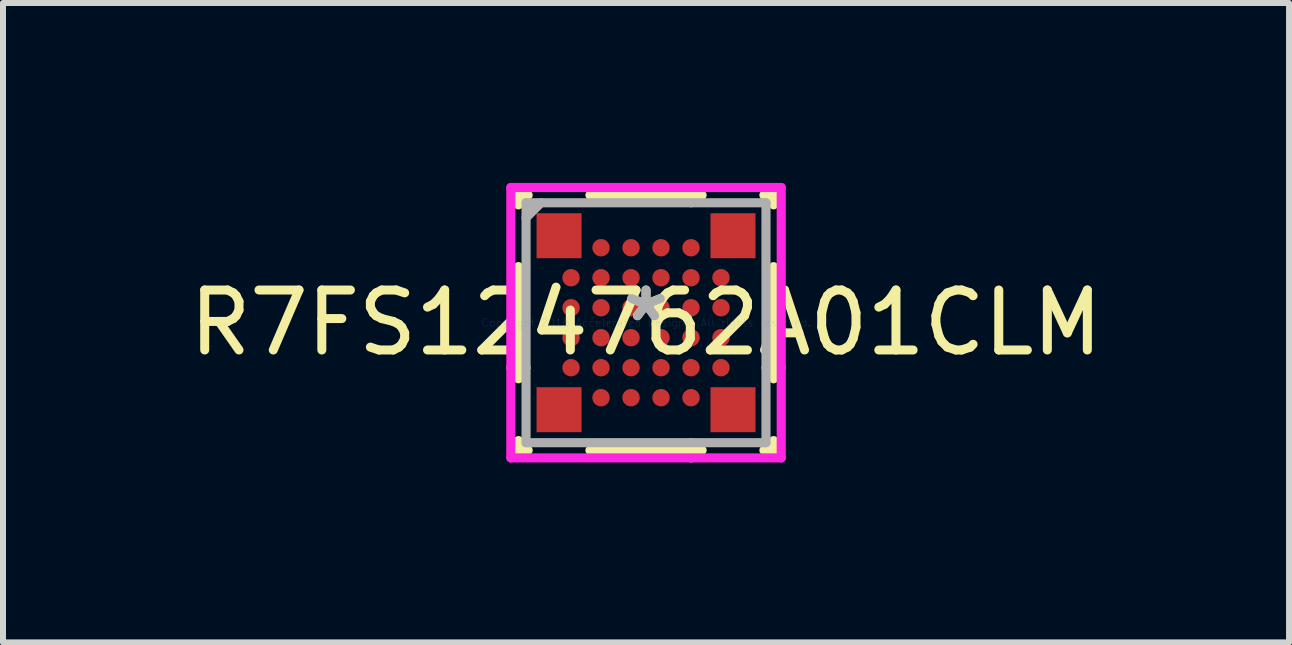
<source format=kicad_pcb>
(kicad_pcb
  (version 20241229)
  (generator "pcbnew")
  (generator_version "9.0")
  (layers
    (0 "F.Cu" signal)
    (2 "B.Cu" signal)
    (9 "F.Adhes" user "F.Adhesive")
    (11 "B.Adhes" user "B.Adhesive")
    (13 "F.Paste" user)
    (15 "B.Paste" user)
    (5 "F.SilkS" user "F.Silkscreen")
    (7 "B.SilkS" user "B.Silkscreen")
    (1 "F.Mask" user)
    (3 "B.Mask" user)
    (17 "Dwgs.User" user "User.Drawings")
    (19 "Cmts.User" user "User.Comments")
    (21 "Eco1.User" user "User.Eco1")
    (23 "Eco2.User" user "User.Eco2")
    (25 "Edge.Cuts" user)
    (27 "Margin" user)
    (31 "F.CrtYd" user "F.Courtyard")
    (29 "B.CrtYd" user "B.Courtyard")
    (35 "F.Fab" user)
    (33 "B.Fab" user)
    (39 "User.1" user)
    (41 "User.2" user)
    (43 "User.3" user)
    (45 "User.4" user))
  (footprint "R7FS124762A01CLM"
    (layer "F.Cu")
    (at 7.72 2.33)
    (property "Reference" "R7FS124762A01CLM" (at 0 0 0) (layer "F.SilkS") (effects (font (size 1 1) (thickness 0.15))))
    (attr through_hole)
    (fp_line (start -2.127 -2.127) (end -2.127 -1.965) (stroke (width 0.152) (type solid)) (layer "F.SilkS"))
    (fp_line (start -2.127 -0.935) (end -2.127 0.935) (stroke (width 0.152) (type solid)) (layer "F.SilkS"))
    (fp_line (start -2.127 1.965) (end -2.127 2.127) (stroke (width 0.152) (type solid)) (layer "F.SilkS"))
    (fp_line (start -2.127 2.127) (end -1.965 2.127) (stroke (width 0.152) (type solid)) (layer "F.SilkS"))
    (fp_line (start -2 0.75) (end -2.254 0.75) (stroke (width 0.152) (type solid)) (layer "F.SilkS"))
    (fp_line (start -1.965 -2.127) (end -2.127 -2.127) (stroke (width 0.152) (type solid)) (layer "F.SilkS"))
    (fp_line (start -0.935 2.127) (end 0.935 2.127) (stroke (width 0.152) (type solid)) (layer "F.SilkS"))
    (fp_line (start 0.75 -2) (end 0.75 -2.254) (stroke (width 0.152) (type solid)) (layer "F.SilkS"))
    (fp_line (start 0.75 2) (end 0.75 2.254) (stroke (width 0.152) (type solid)) (layer "F.SilkS"))
    (fp_line (start 0.935 -2.127) (end -0.935 -2.127) (stroke (width 0.152) (type solid)) (layer "F.SilkS"))
    (fp_line (start 1.965 2.127) (end 2.127 2.127) (stroke (width 0.152) (type solid)) (layer "F.SilkS"))
    (fp_line (start 2 0.75) (end 2.254 0.75) (stroke (width 0.152) (type solid)) (layer "F.SilkS"))
    (fp_line (start 2.127 -2.127) (end 1.965 -2.127) (stroke (width 0.152) (type solid)) (layer "F.SilkS"))
    (fp_line (start 2.127 -1.965) (end 2.127 -2.127) (stroke (width 0.152) (type solid)) (layer "F.SilkS"))
    (fp_line (start 2.127 0.935) (end 2.127 -0.935) (stroke (width 0.152) (type solid)) (layer "F.SilkS"))
    (fp_line (start 2.127 2.127) (end 2.127 1.965) (stroke (width 0.152) (type solid)) (layer "F.SilkS"))
    (fp_line (start -2.254 -2.254) (end 2.254 -2.254) (stroke (width 0.152) (type solid)) (layer "F.CrtYd"))
    (fp_line (start -2.254 2.254) (end -2.254 -2.254) (stroke (width 0.152) (type solid)) (layer "F.CrtYd"))
    (fp_line (start 2.254 -2.254) (end 2.254 2.254) (stroke (width 0.152) (type solid)) (layer "F.CrtYd"))
    (fp_line (start 2.254 2.254) (end -2.254 2.254) (stroke (width 0.152) (type solid)) (layer "F.CrtYd"))
    (fp_line (start -2 -2) (end -2 2) (stroke (width 0.152) (type solid)) (layer "F.Fab"))
    (fp_line (start -2 2) (end 2 2) (stroke (width 0.152) (type solid)) (layer "F.Fab"))
    (fp_line (start -1.75 -2) (end -2 -1.75) (stroke (width 0.152) (type solid)) (layer "F.Fab"))
    (fp_line (start 2 -2) (end -2 -2) (stroke (width 0.152) (type solid)) (layer "F.Fab"))
    (fp_line (start 2 2) (end 2 -2) (stroke (width 0.152) (type solid)) (layer "F.Fab"))
    (fp_text user "*" (at 0 0 0) (layer "F.SilkS") (effects (font (size 1 1) (thickness 0.15))))
    (fp_text user "Copyright 2016 Accelerated Designs. All rights reserved." (at 0 0 0) (layer "Cmts.User") (effects (font (size 0.127 0.127) (thickness 0.002))))
    (fp_text user "*" (at 0 0 0) (layer "F.Fab") (effects (font (size 1 1) (thickness 0.15))))
    (pad "A1" smd rect (at -1.45 -1.45) (size 0.75 0.75) (layers "F.Cu" "F.Mask" "F.Paste"))
    (pad "A1" smd circle (at -1.25 -1.25) (size 0.29 0.29) (layers "F.Cu" "F.Mask" "F.Paste"))
    (pad "A2" smd circle (at -0.75 -1.25) (size 0.29 0.29) (layers "F.Cu" "F.Mask" "F.Paste"))
    (pad "A2" smd rect (at 1.45 -1.45) (size 0.75 0.75) (layers "F.Cu" "F.Mask" "F.Paste"))
    (pad "A3" smd circle (at -0.25 -1.25) (size 0.29 0.29) (layers "F.Cu" "F.Mask" "F.Paste"))
    (pad "A4" smd circle (at 0.25 -1.25) (size 0.29 0.29) (layers "F.Cu" "F.Mask" "F.Paste"))
    (pad "A5" smd circle (at 0.75 -1.25) (size 0.29 0.29) (layers "F.Cu" "F.Mask" "F.Paste"))
    (pad "A6" smd circle (at 1.25 -1.25) (size 0.29 0.29) (layers "F.Cu" "F.Mask" "F.Paste"))
    (pad "B1" smd rect (at -1.45 1.45) (size 0.75 0.75) (layers "F.Cu" "F.Mask" "F.Paste"))
    (pad "B1" smd circle (at -1.25 -0.75) (size 0.29 0.29) (layers "F.Cu" "F.Mask" "F.Paste"))
    (pad "B2" smd circle (at -0.75 -0.75) (size 0.29 0.29) (layers "F.Cu" "F.Mask" "F.Paste"))
    (pad "B2" smd rect (at 1.45 1.45) (size 0.75 0.75) (layers "F.Cu" "F.Mask" "F.Paste"))
    (pad "B3" smd circle (at -0.25 -0.75) (size 0.29 0.29) (layers "F.Cu" "F.Mask" "F.Paste"))
    (pad "B4" smd circle (at 0.25 -0.75) (size 0.29 0.29) (layers "F.Cu" "F.Mask" "F.Paste"))
    (pad "B5" smd circle (at 0.75 -0.75) (size 0.29 0.29) (layers "F.Cu" "F.Mask" "F.Paste"))
    (pad "B6" smd circle (at 1.25 -0.75) (size 0.29 0.29) (layers "F.Cu" "F.Mask" "F.Paste"))
    (pad "C1" smd circle (at -1.25 -0.25) (size 0.29 0.29) (layers "F.Cu" "F.Mask" "F.Paste"))
    (pad "C2" smd circle (at -0.75 -0.25) (size 0.29 0.29) (layers "F.Cu" "F.Mask" "F.Paste"))
    (pad "C3" smd circle (at -0.25 -0.25) (size 0.29 0.29) (layers "F.Cu" "F.Mask" "F.Paste"))
    (pad "C4" smd circle (at 0.25 -0.25) (size 0.29 0.29) (layers "F.Cu" "F.Mask" "F.Paste"))
    (pad "C5" smd circle (at 0.75 -0.25) (size 0.29 0.29) (layers "F.Cu" "F.Mask" "F.Paste"))
    (pad "C6" smd circle (at 1.25 -0.25) (size 0.29 0.29) (layers "F.Cu" "F.Mask" "F.Paste"))
    (pad "D1" smd circle (at -1.25 0.25) (size 0.29 0.29) (layers "F.Cu" "F.Mask" "F.Paste"))
    (pad "D2" smd circle (at -0.75 0.25) (size 0.29 0.29) (layers "F.Cu" "F.Mask" "F.Paste"))
    (pad "D3" smd circle (at -0.25 0.25) (size 0.29 0.29) (layers "F.Cu" "F.Mask" "F.Paste"))
    (pad "D4" smd circle (at 0.25 0.25) (size 0.29 0.29) (layers "F.Cu" "F.Mask" "F.Paste"))
    (pad "D5" smd circle (at 0.75 0.25) (size 0.29 0.29) (layers "F.Cu" "F.Mask" "F.Paste"))
    (pad "D6" smd circle (at 1.25 0.25) (size 0.29 0.29) (layers "F.Cu" "F.Mask" "F.Paste"))
    (pad "E1" smd circle (at -1.25 0.75) (size 0.29 0.29) (layers "F.Cu" "F.Mask" "F.Paste"))
    (pad "E2" smd circle (at -0.75 0.75) (size 0.29 0.29) (layers "F.Cu" "F.Mask" "F.Paste"))
    (pad "E3" smd circle (at -0.25 0.75) (size 0.29 0.29) (layers "F.Cu" "F.Mask" "F.Paste"))
    (pad "E4" smd circle (at 0.25 0.75) (size 0.29 0.29) (layers "F.Cu" "F.Mask" "F.Paste"))
    (pad "E5" smd circle (at 0.75 0.75) (size 0.29 0.29) (layers "F.Cu" "F.Mask" "F.Paste"))
    (pad "E6" smd circle (at 1.25 0.75) (size 0.29 0.29) (layers "F.Cu" "F.Mask" "F.Paste"))
    (pad "F1" smd circle (at -1.25 1.25) (size 0.29 0.29) (layers "F.Cu" "F.Mask" "F.Paste"))
    (pad "F2" smd circle (at -0.75 1.25) (size 0.29 0.29) (layers "F.Cu" "F.Mask" "F.Paste"))
    (pad "F3" smd circle (at -0.25 1.25) (size 0.29 0.29) (layers "F.Cu" "F.Mask" "F.Paste"))
    (pad "F4" smd circle (at 0.25 1.25) (size 0.29 0.29) (layers "F.Cu" "F.Mask" "F.Paste"))
    (pad "F5" smd circle (at 0.75 1.25) (size 0.29 0.29) (layers "F.Cu" "F.Mask" "F.Paste"))
    (pad "F6" smd circle (at 1.25 1.25) (size 0.29 0.29) (layers "F.Cu" "F.Mask" "F.Paste")))
  (gr_rect
    (start -3 -3)
    (end 18.44 7.66)
    (stroke (width 0.1) (type default))
    (fill no)
    (layer "Edge.Cuts")))
</source>
